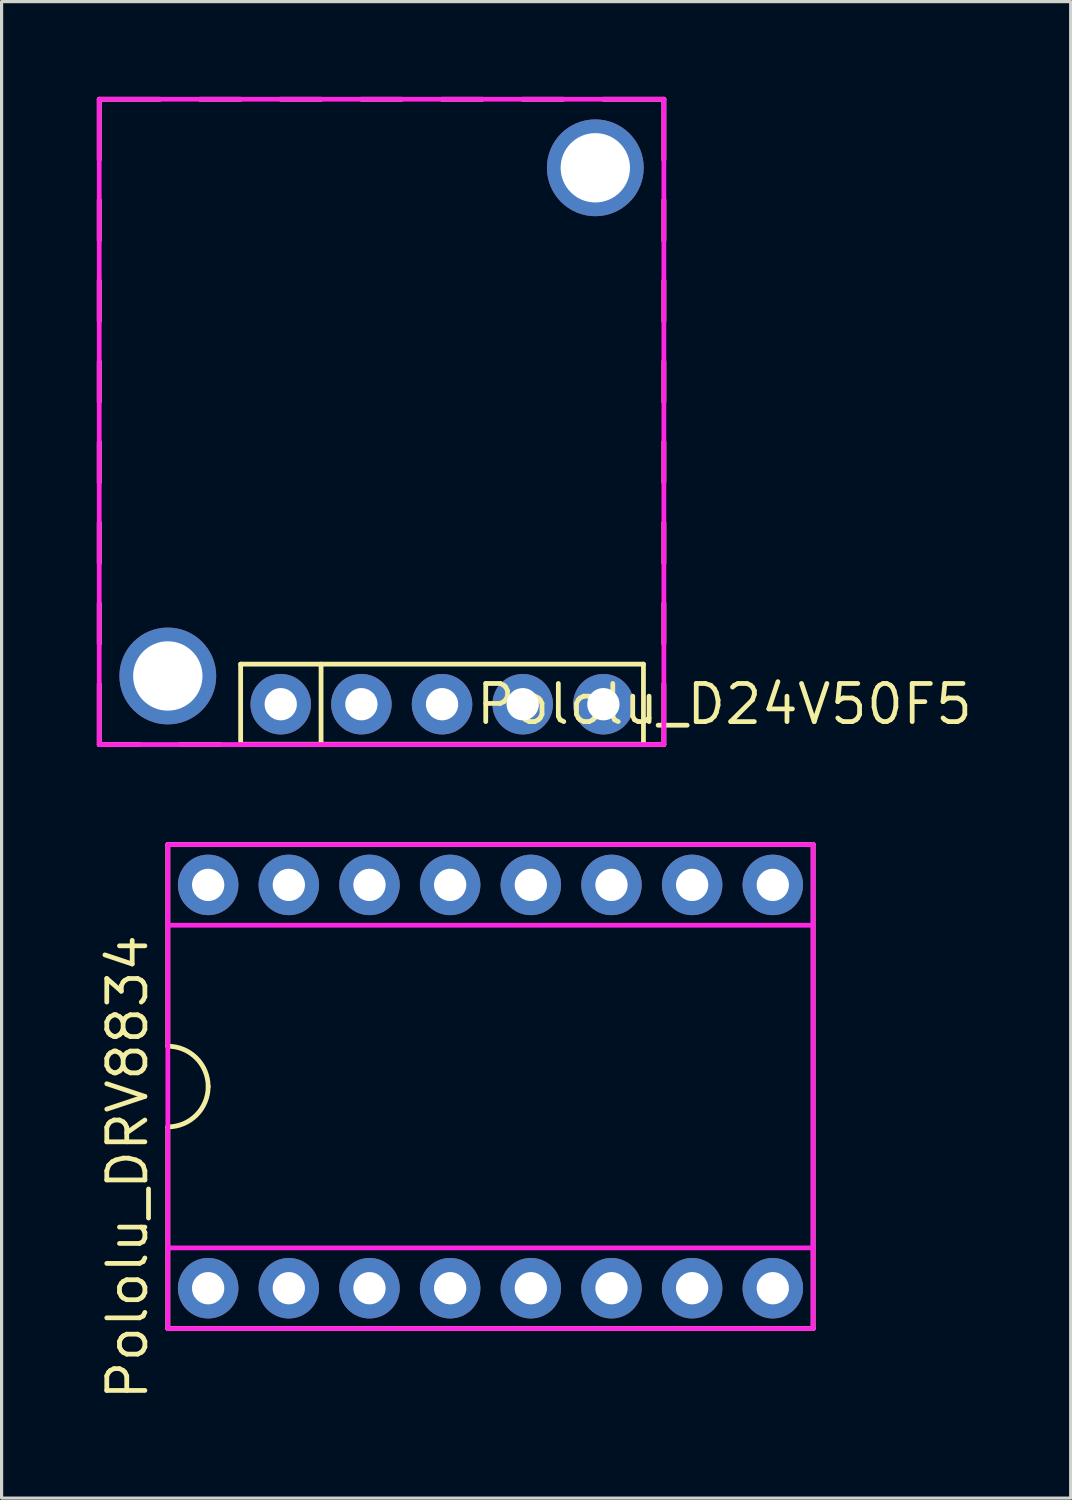
<source format=kicad_pcb>
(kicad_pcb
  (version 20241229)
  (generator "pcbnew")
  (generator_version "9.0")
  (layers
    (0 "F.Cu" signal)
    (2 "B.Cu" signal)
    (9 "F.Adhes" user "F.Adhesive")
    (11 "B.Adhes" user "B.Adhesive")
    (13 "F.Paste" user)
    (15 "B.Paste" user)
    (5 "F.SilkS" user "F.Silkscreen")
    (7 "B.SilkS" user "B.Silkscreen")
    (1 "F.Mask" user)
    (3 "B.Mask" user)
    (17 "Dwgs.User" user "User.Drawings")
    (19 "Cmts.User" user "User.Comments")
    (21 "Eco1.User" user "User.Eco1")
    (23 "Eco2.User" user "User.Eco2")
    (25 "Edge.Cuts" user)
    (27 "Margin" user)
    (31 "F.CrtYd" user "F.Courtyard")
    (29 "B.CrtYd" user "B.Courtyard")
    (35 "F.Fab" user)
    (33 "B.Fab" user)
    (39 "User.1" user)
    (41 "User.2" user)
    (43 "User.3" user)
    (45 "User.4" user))
  (footprint "Pololu_D24V50F5"
    (layer "F.Cu")
    (at 5.79 19.125)
    (property "Reference" "Pololu_D24V50F5" (at 13.97 0 0) (layer "F.SilkS") (effects (font (size 1.2 1.2) (thickness 0.15))))
    (attr through_hole)
    (fp_line (start -5.715 -19.05) (end -3.81 -19.05) (stroke (width 0.15) (type solid)) (layer "F.SilkS"))
    (fp_line (start -5.715 -17.145) (end -5.715 -19.05) (stroke (width 0.15) (type solid)) (layer "F.SilkS"))
    (fp_line (start -5.715 -14.605) (end -5.715 -15.875) (stroke (width 0.15) (type solid)) (layer "F.SilkS"))
    (fp_line (start -5.715 -12.065) (end -5.715 -13.335) (stroke (width 0.15) (type solid)) (layer "F.SilkS"))
    (fp_line (start -5.715 -9.525) (end -5.715 -10.795) (stroke (width 0.15) (type solid)) (layer "F.SilkS"))
    (fp_line (start -5.715 -6.985) (end -5.715 -8.255) (stroke (width 0.15) (type solid)) (layer "F.SilkS"))
    (fp_line (start -5.715 -4.445) (end -5.715 -5.715) (stroke (width 0.15) (type solid)) (layer "F.SilkS"))
    (fp_line (start -5.715 -1.905) (end -5.715 -3.175) (stroke (width 0.15) (type solid)) (layer "F.SilkS"))
    (fp_line (start -5.715 1.27) (end -5.715 -0.635) (stroke (width 0.15) (type solid)) (layer "F.SilkS"))
    (fp_line (start -4.445 1.27) (end -5.715 1.27) (stroke (width 0.15) (type solid)) (layer "F.SilkS"))
    (fp_line (start -3.175 1.27) (end -1.905 1.27) (stroke (width 0.15) (type solid)) (layer "F.SilkS"))
    (fp_line (start -2.54 -19.05) (end -1.27 -19.05) (stroke (width 0.15) (type solid)) (layer "F.SilkS"))
    (fp_line (start -1.262 -1.262) (end 11.422 -1.262) (stroke (width 0.15) (type solid)) (layer "F.SilkS"))
    (fp_line (start -1.262 1.262) (end -1.262 -1.262) (stroke (width 0.15) (type solid)) (layer "F.SilkS"))
    (fp_line (start 0 -19.05) (end 1.27 -19.05) (stroke (width 0.15) (type solid)) (layer "F.SilkS"))
    (fp_line (start 1.27 -1.262) (end 1.27 1.262) (stroke (width 0.15) (type solid)) (layer "F.SilkS"))
    (fp_line (start 2.54 -19.05) (end 3.81 -19.05) (stroke (width 0.15) (type solid)) (layer "F.SilkS"))
    (fp_line (start 5.08 -19.05) (end 6.35 -19.05) (stroke (width 0.15) (type solid)) (layer "F.SilkS"))
    (fp_line (start 7.62 -19.05) (end 8.89 -19.05) (stroke (width 0.15) (type solid)) (layer "F.SilkS"))
    (fp_line (start 10.16 -19.05) (end 12.065 -19.05) (stroke (width 0.15) (type solid)) (layer "F.SilkS"))
    (fp_line (start 11.422 -1.262) (end 11.422 1.262) (stroke (width 0.15) (type solid)) (layer "F.SilkS"))
    (fp_line (start 11.422 1.262) (end -1.262 1.262) (stroke (width 0.15) (type solid)) (layer "F.SilkS"))
    (fp_line (start 11.43 1.27) (end 12.065 1.27) (stroke (width 0.15) (type solid)) (layer "F.SilkS"))
    (fp_line (start 12.065 -19.05) (end 12.065 -17.145) (stroke (width 0.15) (type solid)) (layer "F.SilkS"))
    (fp_line (start 12.065 -15.875) (end 12.065 -14.605) (stroke (width 0.15) (type solid)) (layer "F.SilkS"))
    (fp_line (start 12.065 -13.335) (end 12.065 -12.065) (stroke (width 0.15) (type solid)) (layer "F.SilkS"))
    (fp_line (start 12.065 -10.795) (end 12.065 -9.525) (stroke (width 0.15) (type solid)) (layer "F.SilkS"))
    (fp_line (start 12.065 -8.255) (end 12.065 -6.985) (stroke (width 0.15) (type solid)) (layer "F.SilkS"))
    (fp_line (start 12.065 -5.715) (end 12.065 -4.445) (stroke (width 0.15) (type solid)) (layer "F.SilkS"))
    (fp_line (start 12.065 -1.905) (end 12.065 -3.175) (stroke (width 0.15) (type solid)) (layer "F.SilkS"))
    (fp_line (start 12.065 1.27) (end 12.065 -0.635) (stroke (width 0.15) (type solid)) (layer "F.SilkS"))
    (fp_line (start -5.715 -19.05) (end 12.065 -19.05) (stroke (width 0.15) (type solid)) (layer "F.CrtYd"))
    (fp_line (start -5.715 1.27) (end -5.715 -19.05) (stroke (width 0.15) (type solid)) (layer "F.CrtYd"))
    (fp_line (start 12.065 1.27) (end -5.715 1.27) (stroke (width 0.15) (type solid)) (layer "F.CrtYd"))
    (fp_line (start 12.065 1.27) (end 12.065 -19.05) (stroke (width 0.15) (type solid)) (layer "F.CrtYd"))
    (pad "" np_thru_hole circle (at -3.556 -0.889) (size 3.048 3.048) (drill 2.184) (layers "*.Cu" "*.Mask"))
    (pad "" np_thru_hole circle (at 9.906 -16.891) (size 3.048 3.048) (drill 2.184) (layers "*.Cu" "*.Mask"))
    (pad "1" thru_hole circle (at 0 0) (size 1.905 1.905) (drill 1.016) (layers "*.Cu" "*.Mask"))
    (pad "2" thru_hole circle (at 2.54 0) (size 1.905 1.905) (drill 1.016) (layers "*.Cu" "*.Mask"))
    (pad "3" thru_hole circle (at 5.08 0) (size 1.905 1.905) (drill 1.016) (layers "*.Cu" "*.Mask"))
    (pad "4" thru_hole circle (at 7.62 0) (size 1.905 1.905) (drill 1.016) (layers "*.Cu" "*.Mask"))
    (pad "5" thru_hole circle (at 10.16 0) (size 1.905 1.905) (drill 1.016) (layers "*.Cu" "*.Mask")))
  (footprint "Pololu_DRV8834"
    (layer "F.Cu")
    (at 12.395 31.165)
    (property "Reference" "Pololu_DRV8834" (at -11.43 2.54 270) (layer "F.SilkS") (effects (font (size 1.2 1.2) (thickness 0.15))))
    (attr through_hole)
    (fp_line (start -10.16 -7.62) (end 10.16 -7.62) (stroke (width 0.15) (type solid)) (layer "F.SilkS"))
    (fp_line (start -10.16 -1.27) (end -10.16 -7.62) (stroke (width 0.15) (type solid)) (layer "F.SilkS"))
    (fp_line (start -10.16 7.62) (end -10.16 1.27) (stroke (width 0.15) (type solid)) (layer "F.SilkS"))
    (fp_line (start 10.16 -7.62) (end 10.16 7.62) (stroke (width 0.15) (type solid)) (layer "F.SilkS"))
    (fp_line (start 10.16 7.62) (end -10.16 7.62) (stroke (width 0.15) (type solid)) (layer "F.SilkS"))
    (fp_arc (start -10.16 -1.27) (mid -9.261974 -0.898026) (end -8.89 0) (stroke (width 0.15) (type solid)) (layer "F.SilkS"))
    (fp_arc (start -8.89 0) (mid -9.261974 0.898026) (end -10.16 1.27) (stroke (width 0.15) (type solid)) (layer "F.SilkS"))
    (fp_line (start -10.16 -7.62) (end 10.16 -7.62) (stroke (width 0.15) (type solid)) (layer "F.CrtYd"))
    (fp_line (start -10.16 -5.08) (end 10.16 -5.08) (stroke (width 0.15) (type solid)) (layer "F.CrtYd"))
    (fp_line (start -10.16 5.08) (end 10.16 5.08) (stroke (width 0.15) (type solid)) (layer "F.CrtYd"))
    (fp_line (start -10.16 7.62) (end -10.16 -7.62) (stroke (width 0.15) (type solid)) (layer "F.CrtYd"))
    (fp_line (start 10.16 -7.62) (end 10.16 7.62) (stroke (width 0.15) (type solid)) (layer "F.CrtYd"))
    (fp_line (start 10.16 7.62) (end -10.16 7.62) (stroke (width 0.15) (type solid)) (layer "F.CrtYd"))
    (pad "1" thru_hole circle (at -8.89 6.35) (size 1.905 1.905) (drill 1.016) (layers "*.Cu" "*.Mask"))
    (pad "2" thru_hole circle (at -6.35 6.35) (size 1.905 1.905) (drill 1.016) (layers "*.Cu" "*.Mask"))
    (pad "3" thru_hole circle (at -3.81 6.35) (size 1.905 1.905) (drill 1.016) (layers "*.Cu" "*.Mask"))
    (pad "4" thru_hole circle (at -1.27 6.35) (size 1.905 1.905) (drill 1.016) (layers "*.Cu" "*.Mask"))
    (pad "5" thru_hole circle (at 1.27 6.35) (size 1.905 1.905) (drill 1.016) (layers "*.Cu" "*.Mask"))
    (pad "6" thru_hole circle (at 3.81 6.35) (size 1.905 1.905) (drill 1.016) (layers "*.Cu" "*.Mask"))
    (pad "7" thru_hole circle (at 6.35 6.35) (size 1.905 1.905) (drill 1.016) (layers "*.Cu" "*.Mask"))
    (pad "8" thru_hole circle (at 8.89 6.35) (size 1.905 1.905) (drill 1.016) (layers "*.Cu" "*.Mask"))
    (pad "9" thru_hole circle (at 8.89 -6.35) (size 1.905 1.905) (drill 1.016) (layers "*.Cu" "*.Mask"))
    (pad "10" thru_hole circle (at 6.35 -6.35) (size 1.905 1.905) (drill 1.016) (layers "*.Cu" "*.Mask"))
    (pad "11" thru_hole circle (at 3.81 -6.35) (size 1.905 1.905) (drill 1.016) (layers "*.Cu" "*.Mask"))
    (pad "12" thru_hole circle (at 1.27 -6.35) (size 1.905 1.905) (drill 1.016) (layers "*.Cu" "*.Mask"))
    (pad "13" thru_hole circle (at -1.27 -6.35) (size 1.905 1.905) (drill 1.016) (layers "*.Cu" "*.Mask"))
    (pad "14" thru_hole circle (at -3.81 -6.35) (size 1.905 1.905) (drill 1.016) (layers "*.Cu" "*.Mask"))
    (pad "15" thru_hole circle (at -6.35 -6.35) (size 1.905 1.905) (drill 1.016) (layers "*.Cu" "*.Mask"))
    (pad "16" thru_hole circle (at -8.89 -6.35) (size 1.905 1.905) (drill 1.016) (layers "*.Cu" "*.Mask")))
  (gr_rect
    (start -3 -3)
    (end 30.665 44.124)
    (stroke (width 0.1) (type default))
    (fill no)
    (layer "Edge.Cuts")))
</source>
